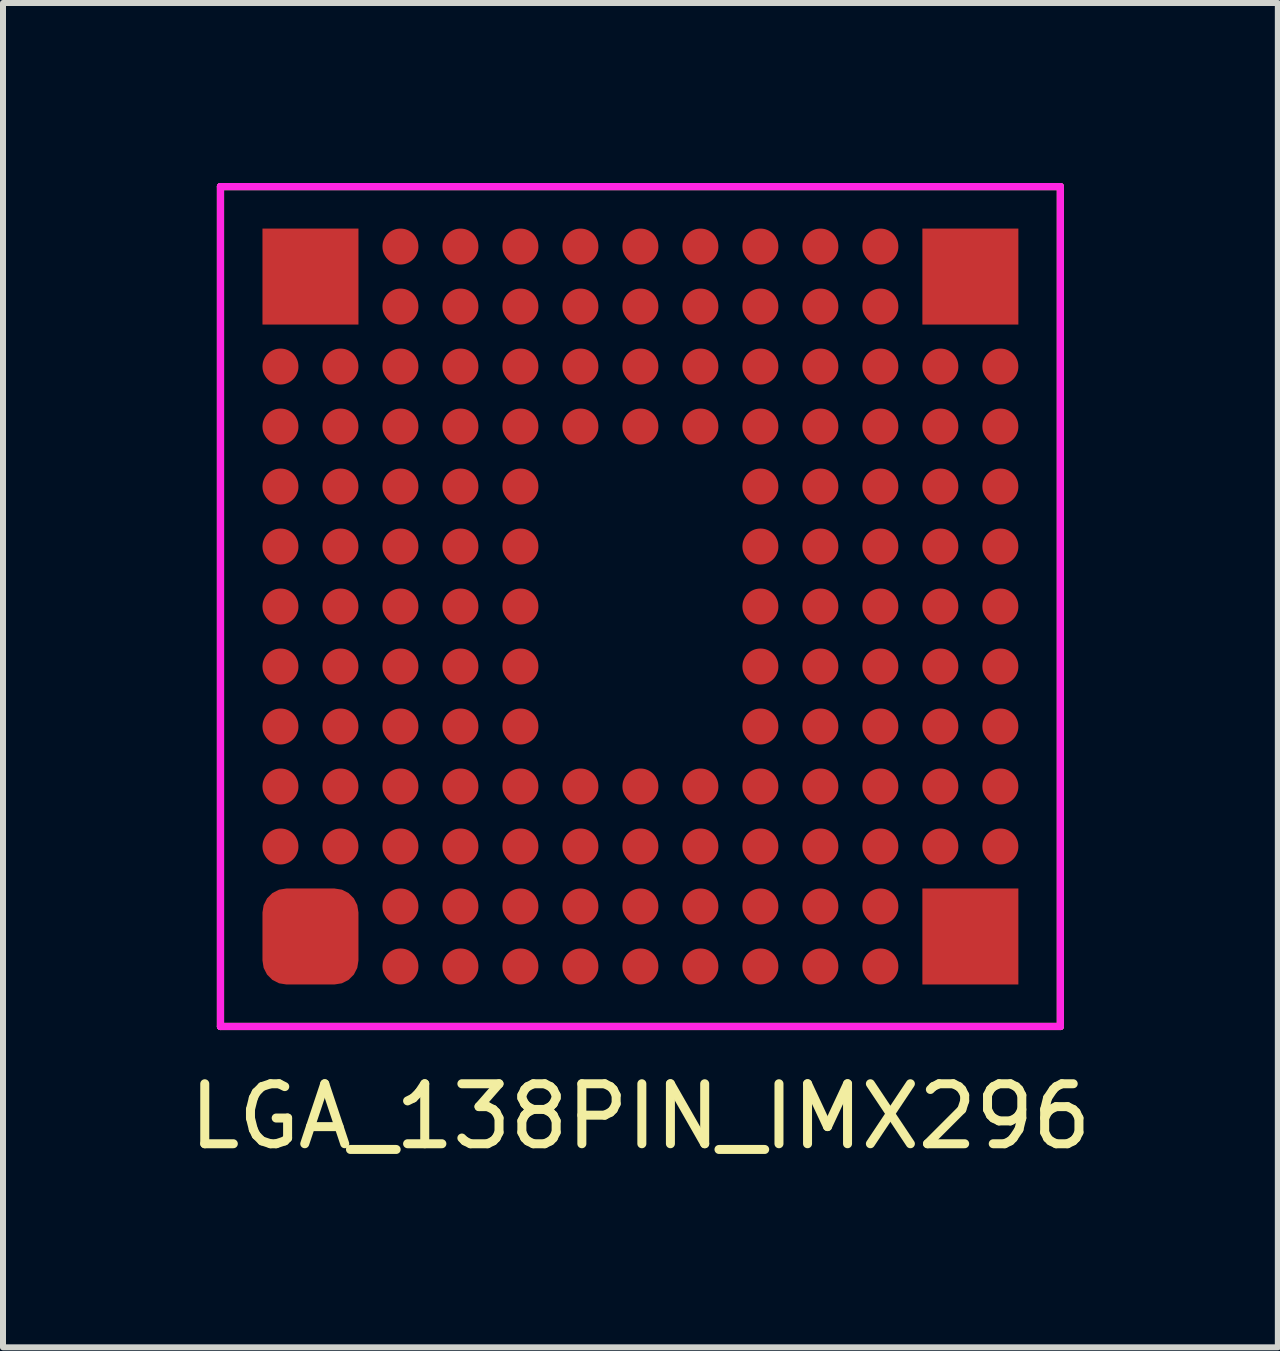
<source format=kicad_pcb>
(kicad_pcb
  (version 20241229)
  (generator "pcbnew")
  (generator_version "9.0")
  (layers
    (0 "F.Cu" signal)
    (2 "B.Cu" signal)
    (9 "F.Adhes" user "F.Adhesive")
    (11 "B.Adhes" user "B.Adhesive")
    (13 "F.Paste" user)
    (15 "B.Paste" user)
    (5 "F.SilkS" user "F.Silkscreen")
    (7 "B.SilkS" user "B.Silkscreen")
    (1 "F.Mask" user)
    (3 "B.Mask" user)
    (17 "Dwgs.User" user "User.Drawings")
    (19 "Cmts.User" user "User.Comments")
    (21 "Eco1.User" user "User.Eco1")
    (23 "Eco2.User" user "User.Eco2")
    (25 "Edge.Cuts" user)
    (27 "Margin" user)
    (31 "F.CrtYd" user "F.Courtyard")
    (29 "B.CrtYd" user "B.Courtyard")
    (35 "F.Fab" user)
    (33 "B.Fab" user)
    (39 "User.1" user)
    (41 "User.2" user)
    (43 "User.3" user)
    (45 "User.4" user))
  (footprint "LGA_138PIN_IMX296"
    (layer "F.Cu")
    (at 7.625 7.06)
    (property "Reference" "LGA_138PIN_IMX296" (at 0 8.5 0) (layer "F.SilkS") (effects (font (size 1 1) (thickness 0.15))))
    (attr through_hole)
    (fp_line (start -7 -7) (end 7 -7) (stroke (width 0.12) (type solid)) (layer "F.SilkS"))
    (fp_line (start -7 7) (end -7 -7) (stroke (width 0.12) (type solid)) (layer "F.SilkS"))
    (fp_line (start 7 -7) (end 7 7) (stroke (width 0.12) (type solid)) (layer "F.SilkS"))
    (fp_line (start 7 7) (end -7 7) (stroke (width 0.12) (type solid)) (layer "F.SilkS"))
    (fp_line (start -7 -7) (end 7 -7) (stroke (width 0.12) (type solid)) (layer "F.CrtYd"))
    (fp_line (start -7 7) (end -7 -7) (stroke (width 0.12) (type solid)) (layer "F.CrtYd"))
    (fp_line (start 7 -7) (end 7 7) (stroke (width 0.12) (type solid)) (layer "F.CrtYd"))
    (fp_line (start 7 7) (end -7 7) (stroke (width 0.12) (type solid)) (layer "F.CrtYd"))
    (pad "" smd rect (at -5.5 -5.5) (size 1.6 1.6) (layers "F.Cu" "F.Mask" "F.Paste"))
    (pad "" smd roundrect (at -5.5 5.5) (size 1.6 1.6) (layers "F.Cu" "F.Mask" "F.Paste") (roundrect_rratio 0.25))
    (pad "" smd rect (at 5.5 -5.5) (size 1.6 1.6) (layers "F.Cu" "F.Mask" "F.Paste"))
    (pad "" smd rect (at 5.5 5.5) (size 1.6 1.6) (layers "F.Cu" "F.Mask" "F.Paste"))
    (pad "A3" smd circle (at -6 4 90) (size 0.6 0.6) (layers "F.Cu" "F.Mask" "F.Paste"))
    (pad "A4" smd circle (at -6 3 90) (size 0.6 0.6) (layers "F.Cu" "F.Mask" "F.Paste"))
    (pad "A5" smd circle (at -6 2 90) (size 0.6 0.6) (layers "F.Cu" "F.Mask" "F.Paste"))
    (pad "A6" smd circle (at -6 1 90) (size 0.6 0.6) (layers "F.Cu" "F.Mask" "F.Paste"))
    (pad "A7" smd circle (at -6 0 90) (size 0.6 0.6) (layers "F.Cu" "F.Mask" "F.Paste"))
    (pad "A8" smd circle (at -6 -1 90) (size 0.6 0.6) (layers "F.Cu" "F.Mask" "F.Paste"))
    (pad "A9" smd circle (at -6 -2 90) (size 0.6 0.6) (layers "F.Cu" "F.Mask" "F.Paste"))
    (pad "A10" smd circle (at -6 -3 90) (size 0.6 0.6) (layers "F.Cu" "F.Mask" "F.Paste"))
    (pad "A11" smd circle (at -6 -4 90) (size 0.6 0.6) (layers "F.Cu" "F.Mask" "F.Paste"))
    (pad "B3" smd circle (at -5 4 90) (size 0.6 0.6) (layers "F.Cu" "F.Mask" "F.Paste"))
    (pad "B4" smd circle (at -5 3 90) (size 0.6 0.6) (layers "F.Cu" "F.Mask" "F.Paste"))
    (pad "B5" smd circle (at -5 2 90) (size 0.6 0.6) (layers "F.Cu" "F.Mask" "F.Paste"))
    (pad "B6" smd circle (at -5 1 90) (size 0.6 0.6) (layers "F.Cu" "F.Mask" "F.Paste"))
    (pad "B7" smd circle (at -5 0 90) (size 0.6 0.6) (layers "F.Cu" "F.Mask" "F.Paste"))
    (pad "B8" smd circle (at -5 -1 90) (size 0.6 0.6) (layers "F.Cu" "F.Mask" "F.Paste"))
    (pad "B9" smd circle (at -5 -2 90) (size 0.6 0.6) (layers "F.Cu" "F.Mask" "F.Paste"))
    (pad "B10" smd circle (at -5 -3 90) (size 0.6 0.6) (layers "F.Cu" "F.Mask" "F.Paste"))
    (pad "B11" smd circle (at -5 -4 90) (size 0.6 0.6) (layers "F.Cu" "F.Mask" "F.Paste"))
    (pad "C1" smd circle (at -4 6 90) (size 0.6 0.6) (layers "F.Cu" "F.Mask" "F.Paste"))
    (pad "C2" smd circle (at -4 5 90) (size 0.6 0.6) (layers "F.Cu" "F.Mask" "F.Paste"))
    (pad "C3" smd circle (at -4 4 90) (size 0.6 0.6) (layers "F.Cu" "F.Mask" "F.Paste"))
    (pad "C4" smd circle (at -4 3 90) (size 0.6 0.6) (layers "F.Cu" "F.Mask" "F.Paste"))
    (pad "C5" smd circle (at -4 2 90) (size 0.6 0.6) (layers "F.Cu" "F.Mask" "F.Paste"))
    (pad "C6" smd circle (at -4 1 90) (size 0.6 0.6) (layers "F.Cu" "F.Mask" "F.Paste"))
    (pad "C7" smd circle (at -4 0 90) (size 0.6 0.6) (layers "F.Cu" "F.Mask" "F.Paste"))
    (pad "C8" smd circle (at -4 -1 90) (size 0.6 0.6) (layers "F.Cu" "F.Mask" "F.Paste"))
    (pad "C9" smd circle (at -4 -2 90) (size 0.6 0.6) (layers "F.Cu" "F.Mask" "F.Paste"))
    (pad "C10" smd circle (at -4 -3 90) (size 0.6 0.6) (layers "F.Cu" "F.Mask" "F.Paste"))
    (pad "C11" smd circle (at -4 -4 90) (size 0.6 0.6) (layers "F.Cu" "F.Mask" "F.Paste"))
    (pad "C12" smd circle (at -4 -5 90) (size 0.6 0.6) (layers "F.Cu" "F.Mask" "F.Paste"))
    (pad "C13" smd circle (at -4 -6 90) (size 0.6 0.6) (layers "F.Cu" "F.Mask" "F.Paste"))
    (pad "D1" smd circle (at -3 6 90) (size 0.6 0.6) (layers "F.Cu" "F.Mask" "F.Paste"))
    (pad "D2" smd circle (at -3 5 90) (size 0.6 0.6) (layers "F.Cu" "F.Mask" "F.Paste"))
    (pad "D3" smd circle (at -3 4 90) (size 0.6 0.6) (layers "F.Cu" "F.Mask" "F.Paste"))
    (pad "D4" smd circle (at -3 3 90) (size 0.6 0.6) (layers "F.Cu" "F.Mask" "F.Paste"))
    (pad "D5" smd circle (at -3 2 90) (size 0.6 0.6) (layers "F.Cu" "F.Mask" "F.Paste"))
    (pad "D6" smd circle (at -3 1 90) (size 0.6 0.6) (layers "F.Cu" "F.Mask" "F.Paste"))
    (pad "D7" smd circle (at -3 0 90) (size 0.6 0.6) (layers "F.Cu" "F.Mask" "F.Paste"))
    (pad "D8" smd circle (at -3 -1 90) (size 0.6 0.6) (layers "F.Cu" "F.Mask" "F.Paste"))
    (pad "D9" smd circle (at -3 -2 90) (size 0.6 0.6) (layers "F.Cu" "F.Mask" "F.Paste"))
    (pad "D10" smd circle (at -3 -3 90) (size 0.6 0.6) (layers "F.Cu" "F.Mask" "F.Paste"))
    (pad "D11" smd circle (at -3 -4 90) (size 0.6 0.6) (layers "F.Cu" "F.Mask" "F.Paste"))
    (pad "D12" smd circle (at -3 -5 90) (size 0.6 0.6) (layers "F.Cu" "F.Mask" "F.Paste"))
    (pad "D13" smd circle (at -3 -6 90) (size 0.6 0.6) (layers "F.Cu" "F.Mask" "F.Paste"))
    (pad "E1" smd circle (at -2 6 90) (size 0.6 0.6) (layers "F.Cu" "F.Mask" "F.Paste"))
    (pad "E2" smd circle (at -2 5 90) (size 0.6 0.6) (layers "F.Cu" "F.Mask" "F.Paste"))
    (pad "E3" smd circle (at -2 4 90) (size 0.6 0.6) (layers "F.Cu" "F.Mask" "F.Paste"))
    (pad "E4" smd circle (at -2 3 90) (size 0.6 0.6) (layers "F.Cu" "F.Mask" "F.Paste"))
    (pad "E5" smd circle (at -2 2 90) (size 0.6 0.6) (layers "F.Cu" "F.Mask" "F.Paste"))
    (pad "E6" smd circle (at -2 1 90) (size 0.6 0.6) (layers "F.Cu" "F.Mask" "F.Paste"))
    (pad "E7" smd circle (at -2 0 90) (size 0.6 0.6) (layers "F.Cu" "F.Mask" "F.Paste"))
    (pad "E8" smd circle (at -2 -1 90) (size 0.6 0.6) (layers "F.Cu" "F.Mask" "F.Paste"))
    (pad "E9" smd circle (at -2 -2 90) (size 0.6 0.6) (layers "F.Cu" "F.Mask" "F.Paste"))
    (pad "E10" smd circle (at -2 -3 90) (size 0.6 0.6) (layers "F.Cu" "F.Mask" "F.Paste"))
    (pad "E11" smd circle (at -2 -4 90) (size 0.6 0.6) (layers "F.Cu" "F.Mask" "F.Paste"))
    (pad "E12" smd circle (at -2 -5 90) (size 0.6 0.6) (layers "F.Cu" "F.Mask" "F.Paste"))
    (pad "E13" smd circle (at -2 -6 90) (size 0.6 0.6) (layers "F.Cu" "F.Mask" "F.Paste"))
    (pad "F1" smd circle (at -1 6 90) (size 0.6 0.6) (layers "F.Cu" "F.Mask" "F.Paste"))
    (pad "F2" smd circle (at -1 5 90) (size 0.6 0.6) (layers "F.Cu" "F.Mask" "F.Paste"))
    (pad "F3" smd circle (at -1 4 90) (size 0.6 0.6) (layers "F.Cu" "F.Mask" "F.Paste"))
    (pad "F4" smd circle (at -1 3 90) (size 0.6 0.6) (layers "F.Cu" "F.Mask" "F.Paste"))
    (pad "F10" smd circle (at -1 -3 90) (size 0.6 0.6) (layers "F.Cu" "F.Mask" "F.Paste"))
    (pad "F11" smd circle (at -1 -4 90) (size 0.6 0.6) (layers "F.Cu" "F.Mask" "F.Paste"))
    (pad "F12" smd circle (at -1 -5 90) (size 0.6 0.6) (layers "F.Cu" "F.Mask" "F.Paste"))
    (pad "F13" smd circle (at -1 -6 90) (size 0.6 0.6) (layers "F.Cu" "F.Mask" "F.Paste"))
    (pad "G1" smd circle (at 0 6 90) (size 0.6 0.6) (layers "F.Cu" "F.Mask" "F.Paste"))
    (pad "G2" smd circle (at 0 5 90) (size 0.6 0.6) (layers "F.Cu" "F.Mask" "F.Paste"))
    (pad "G3" smd circle (at 0 4 90) (size 0.6 0.6) (layers "F.Cu" "F.Mask" "F.Paste"))
    (pad "G4" smd circle (at 0 3 90) (size 0.6 0.6) (layers "F.Cu" "F.Mask" "F.Paste"))
    (pad "G10" smd circle (at 0 -3 90) (size 0.6 0.6) (layers "F.Cu" "F.Mask" "F.Paste"))
    (pad "G11" smd circle (at 0 -4 90) (size 0.6 0.6) (layers "F.Cu" "F.Mask" "F.Paste"))
    (pad "G12" smd circle (at 0 -5 90) (size 0.6 0.6) (layers "F.Cu" "F.Mask" "F.Paste"))
    (pad "G13" smd circle (at 0 -6 90) (size 0.6 0.6) (layers "F.Cu" "F.Mask" "F.Paste"))
    (pad "H1" smd circle (at 1 6 90) (size 0.6 0.6) (layers "F.Cu" "F.Mask" "F.Paste"))
    (pad "H2" smd circle (at 1 5 90) (size 0.6 0.6) (layers "F.Cu" "F.Mask" "F.Paste"))
    (pad "H3" smd circle (at 1 4 90) (size 0.6 0.6) (layers "F.Cu" "F.Mask" "F.Paste"))
    (pad "H4" smd circle (at 1 3 90) (size 0.6 0.6) (layers "F.Cu" "F.Mask" "F.Paste"))
    (pad "H10" smd circle (at 1 -3 90) (size 0.6 0.6) (layers "F.Cu" "F.Mask" "F.Paste"))
    (pad "H11" smd circle (at 1 -4 90) (size 0.6 0.6) (layers "F.Cu" "F.Mask" "F.Paste"))
    (pad "H12" smd circle (at 1 -5 90) (size 0.6 0.6) (layers "F.Cu" "F.Mask" "F.Paste"))
    (pad "H13" smd circle (at 1 -6 90) (size 0.6 0.6) (layers "F.Cu" "F.Mask" "F.Paste"))
    (pad "J1" smd circle (at 2 6 90) (size 0.6 0.6) (layers "F.Cu" "F.Mask" "F.Paste"))
    (pad "J2" smd circle (at 2 5 90) (size 0.6 0.6) (layers "F.Cu" "F.Mask" "F.Paste"))
    (pad "J3" smd circle (at 2 4 90) (size 0.6 0.6) (layers "F.Cu" "F.Mask" "F.Paste"))
    (pad "J4" smd circle (at 2 3 90) (size 0.6 0.6) (layers "F.Cu" "F.Mask" "F.Paste"))
    (pad "J5" smd circle (at 2 2 90) (size 0.6 0.6) (layers "F.Cu" "F.Mask" "F.Paste"))
    (pad "J6" smd circle (at 2 1 90) (size 0.6 0.6) (layers "F.Cu" "F.Mask" "F.Paste"))
    (pad "J7" smd circle (at 2 0 90) (size 0.6 0.6) (layers "F.Cu" "F.Mask" "F.Paste"))
    (pad "J8" smd circle (at 2 -1 90) (size 0.6 0.6) (layers "F.Cu" "F.Mask" "F.Paste"))
    (pad "J9" smd circle (at 2 -2 90) (size 0.6 0.6) (layers "F.Cu" "F.Mask" "F.Paste"))
    (pad "J10" smd circle (at 2 -3 90) (size 0.6 0.6) (layers "F.Cu" "F.Mask" "F.Paste"))
    (pad "J11" smd circle (at 2 -4 90) (size 0.6 0.6) (layers "F.Cu" "F.Mask" "F.Paste"))
    (pad "J12" smd circle (at 2 -5 90) (size 0.6 0.6) (layers "F.Cu" "F.Mask" "F.Paste"))
    (pad "J13" smd circle (at 2 -6 90) (size 0.6 0.6) (layers "F.Cu" "F.Mask" "F.Paste"))
    (pad "K1" smd circle (at 3 6 90) (size 0.6 0.6) (layers "F.Cu" "F.Mask" "F.Paste"))
    (pad "K2" smd circle (at 3 5 90) (size 0.6 0.6) (layers "F.Cu" "F.Mask" "F.Paste"))
    (pad "K3" smd circle (at 3 4 90) (size 0.6 0.6) (layers "F.Cu" "F.Mask" "F.Paste"))
    (pad "K4" smd circle (at 3 3 90) (size 0.6 0.6) (layers "F.Cu" "F.Mask" "F.Paste"))
    (pad "K5" smd circle (at 3 2 90) (size 0.6 0.6) (layers "F.Cu" "F.Mask" "F.Paste"))
    (pad "K6" smd circle (at 3 1 90) (size 0.6 0.6) (layers "F.Cu" "F.Mask" "F.Paste"))
    (pad "K7" smd circle (at 3 0 90) (size 0.6 0.6) (layers "F.Cu" "F.Mask" "F.Paste"))
    (pad "K8" smd circle (at 3 -1 90) (size 0.6 0.6) (layers "F.Cu" "F.Mask" "F.Paste"))
    (pad "K9" smd circle (at 3 -2 90) (size 0.6 0.6) (layers "F.Cu" "F.Mask" "F.Paste"))
    (pad "K10" smd circle (at 3 -3 90) (size 0.6 0.6) (layers "F.Cu" "F.Mask" "F.Paste"))
    (pad "K11" smd circle (at 3 -4 90) (size 0.6 0.6) (layers "F.Cu" "F.Mask" "F.Paste"))
    (pad "K12" smd circle (at 3 -5 90) (size 0.6 0.6) (layers "F.Cu" "F.Mask" "F.Paste"))
    (pad "K13" smd circle (at 3 -6 90) (size 0.6 0.6) (layers "F.Cu" "F.Mask" "F.Paste"))
    (pad "L1" smd circle (at 4 6 90) (size 0.6 0.6) (layers "F.Cu" "F.Mask" "F.Paste"))
    (pad "L2" smd circle (at 4 5 90) (size 0.6 0.6) (layers "F.Cu" "F.Mask" "F.Paste"))
    (pad "L3" smd circle (at 4 4 90) (size 0.6 0.6) (layers "F.Cu" "F.Mask" "F.Paste"))
    (pad "L4" smd circle (at 4 3 90) (size 0.6 0.6) (layers "F.Cu" "F.Mask" "F.Paste"))
    (pad "L5" smd circle (at 4 2 90) (size 0.6 0.6) (layers "F.Cu" "F.Mask" "F.Paste"))
    (pad "L6" smd circle (at 4 1 90) (size 0.6 0.6) (layers "F.Cu" "F.Mask" "F.Paste"))
    (pad "L7" smd circle (at 4 0 90) (size 0.6 0.6) (layers "F.Cu" "F.Mask" "F.Paste"))
    (pad "L8" smd circle (at 4 -1 90) (size 0.6 0.6) (layers "F.Cu" "F.Mask" "F.Paste"))
    (pad "L9" smd circle (at 4 -2 90) (size 0.6 0.6) (layers "F.Cu" "F.Mask" "F.Paste"))
    (pad "L10" smd circle (at 4 -3 90) (size 0.6 0.6) (layers "F.Cu" "F.Mask" "F.Paste"))
    (pad "L11" smd circle (at 4 -4 90) (size 0.6 0.6) (layers "F.Cu" "F.Mask" "F.Paste"))
    (pad "L12" smd circle (at 4 -5 90) (size 0.6 0.6) (layers "F.Cu" "F.Mask" "F.Paste"))
    (pad "L13" smd circle (at 4 -6 90) (size 0.6 0.6) (layers "F.Cu" "F.Mask" "F.Paste"))
    (pad "M3" smd circle (at 5 4 90) (size 0.6 0.6) (layers "F.Cu" "F.Mask" "F.Paste"))
    (pad "M4" smd circle (at 5 3 90) (size 0.6 0.6) (layers "F.Cu" "F.Mask" "F.Paste"))
    (pad "M5" smd circle (at 5 2 90) (size 0.6 0.6) (layers "F.Cu" "F.Mask" "F.Paste"))
    (pad "M6" smd circle (at 5 1 90) (size 0.6 0.6) (layers "F.Cu" "F.Mask" "F.Paste"))
    (pad "M7" smd circle (at 5 0 90) (size 0.6 0.6) (layers "F.Cu" "F.Mask" "F.Paste"))
    (pad "M8" smd circle (at 5 -1 90) (size 0.6 0.6) (layers "F.Cu" "F.Mask" "F.Paste"))
    (pad "M9" smd circle (at 5 -2 90) (size 0.6 0.6) (layers "F.Cu" "F.Mask" "F.Paste"))
    (pad "M10" smd circle (at 5 -3 90) (size 0.6 0.6) (layers "F.Cu" "F.Mask" "F.Paste"))
    (pad "M11" smd circle (at 5 -4 90) (size 0.6 0.6) (layers "F.Cu" "F.Mask" "F.Paste"))
    (pad "N3" smd circle (at 6 4 90) (size 0.6 0.6) (layers "F.Cu" "F.Mask" "F.Paste"))
    (pad "N4" smd circle (at 6 3 90) (size 0.6 0.6) (layers "F.Cu" "F.Mask" "F.Paste"))
    (pad "N5" smd circle (at 6 2 90) (size 0.6 0.6) (layers "F.Cu" "F.Mask" "F.Paste"))
    (pad "N6" smd circle (at 6 1 90) (size 0.6 0.6) (layers "F.Cu" "F.Mask" "F.Paste"))
    (pad "N7" smd circle (at 6 0 90) (size 0.6 0.6) (layers "F.Cu" "F.Mask" "F.Paste"))
    (pad "N8" smd circle (at 6 -1 90) (size 0.6 0.6) (layers "F.Cu" "F.Mask" "F.Paste"))
    (pad "N9" smd circle (at 6 -2 90) (size 0.6 0.6) (layers "F.Cu" "F.Mask" "F.Paste"))
    (pad "N10" smd circle (at 6 -3 90) (size 0.6 0.6) (layers "F.Cu" "F.Mask" "F.Paste"))
    (pad "N11" smd circle (at 6 -4 90) (size 0.6 0.6) (layers "F.Cu" "F.Mask" "F.Paste")))
  (gr_rect
    (start -3 -3)
    (end 18.25 19.408)
    (stroke (width 0.1) (type default))
    (fill no)
    (layer "Edge.Cuts")))
</source>
